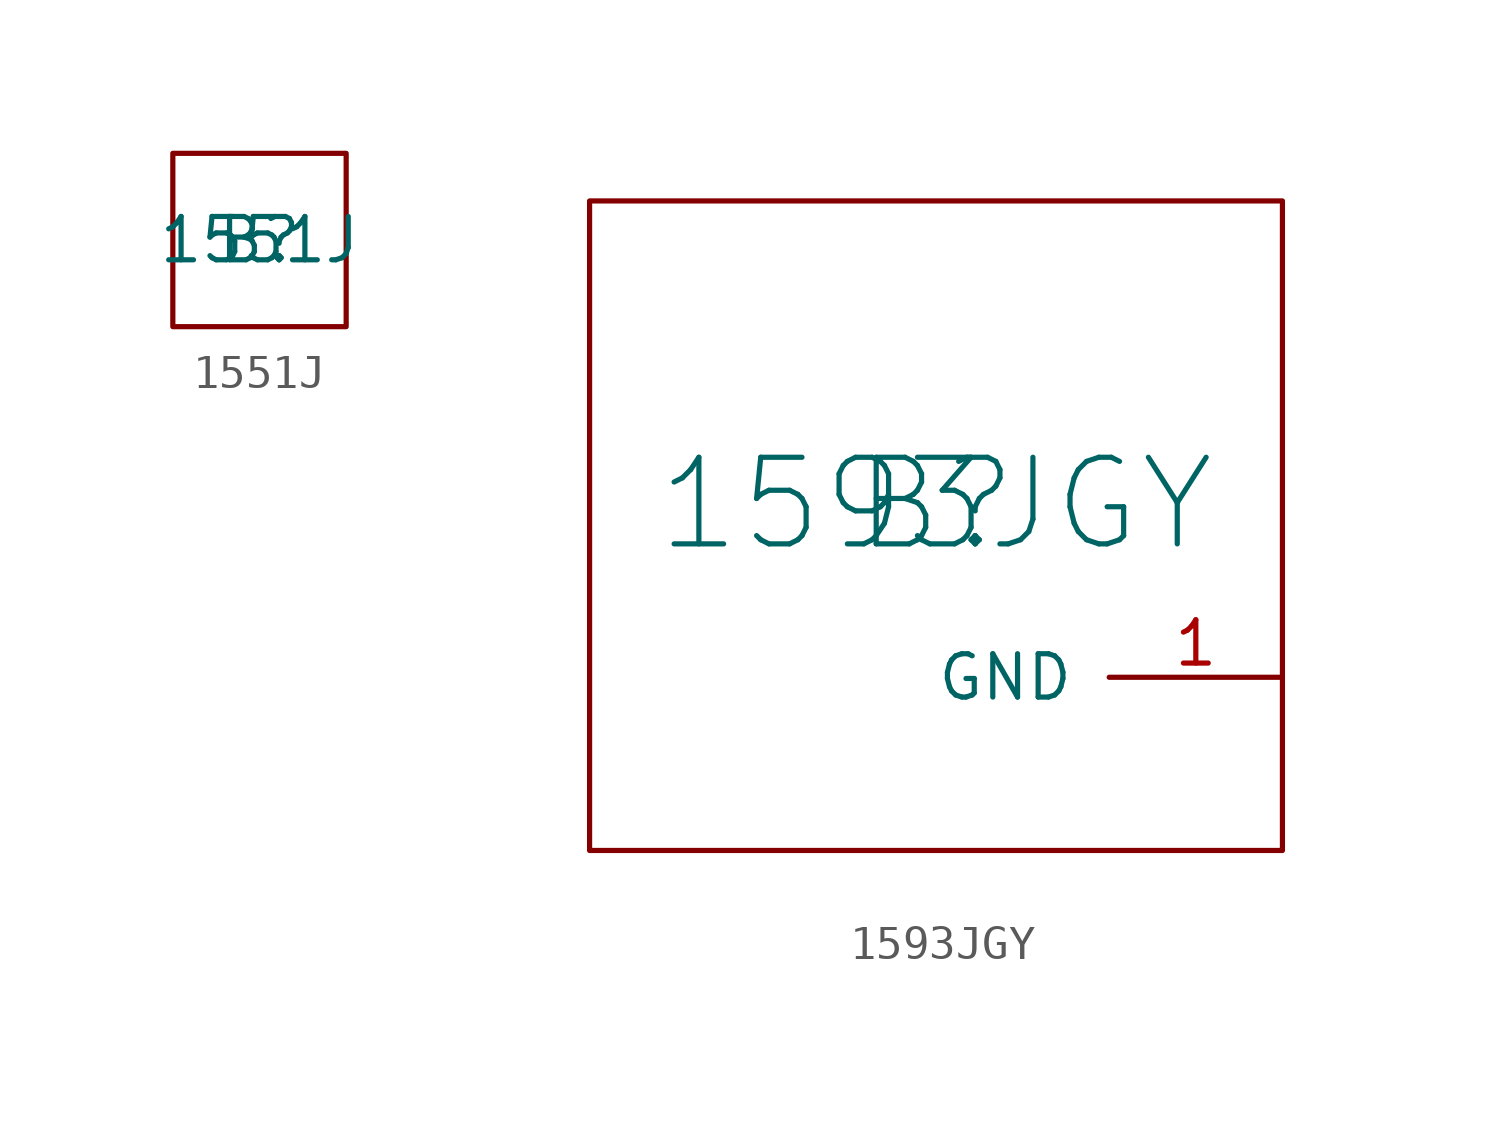
<source format=kicad_sym>
(kicad_symbol_lib
  (version 20211014)
  (generator kicad_symbol_editor)
  (symbol "1551J"
    (pin_names
      (offset 1.016))
    (property "Reference" "B"
      (at 0 0 0)
      (effects (font (size 1.27 1.27))))
    (property "Value" "1551J"
      (at 0 0 0)
      (effects (font (size 1.27 1.27))))
    (symbol "1551J_0_1"
      (rectangle (start -2.54 2.54) (end 2.54 -2.54) (stroke (width 0) (type default) (color 0 0 0 0)) (fill (type none)))))
  (symbol "1593JGY"
    (pin_names
      (offset 1.016))
    (property "Reference" "B"
      (at 0 0 0)
      (effects (font (size 2.54 2.54))))
    (property "Value" "1593JGY"
      (at 0 0 0)
      (effects (font (size 2.54 2.54))))
    (symbol "1593JGY_0_1"
      (rectangle (start -10.16 8.89) (end 10.16 -10.16) (stroke (width 0) (type default) (color 0 0 0 0)) (fill (type none))))
    (symbol "1593JGY_1_1"
      (pin power_in line (at 10.16 -5.08 180) (length 5.08) (name "GND" (effects (font (size 1.27 1.27)))) (number "1" (effects (font (size 1.27 1.27))))))))
</source>
